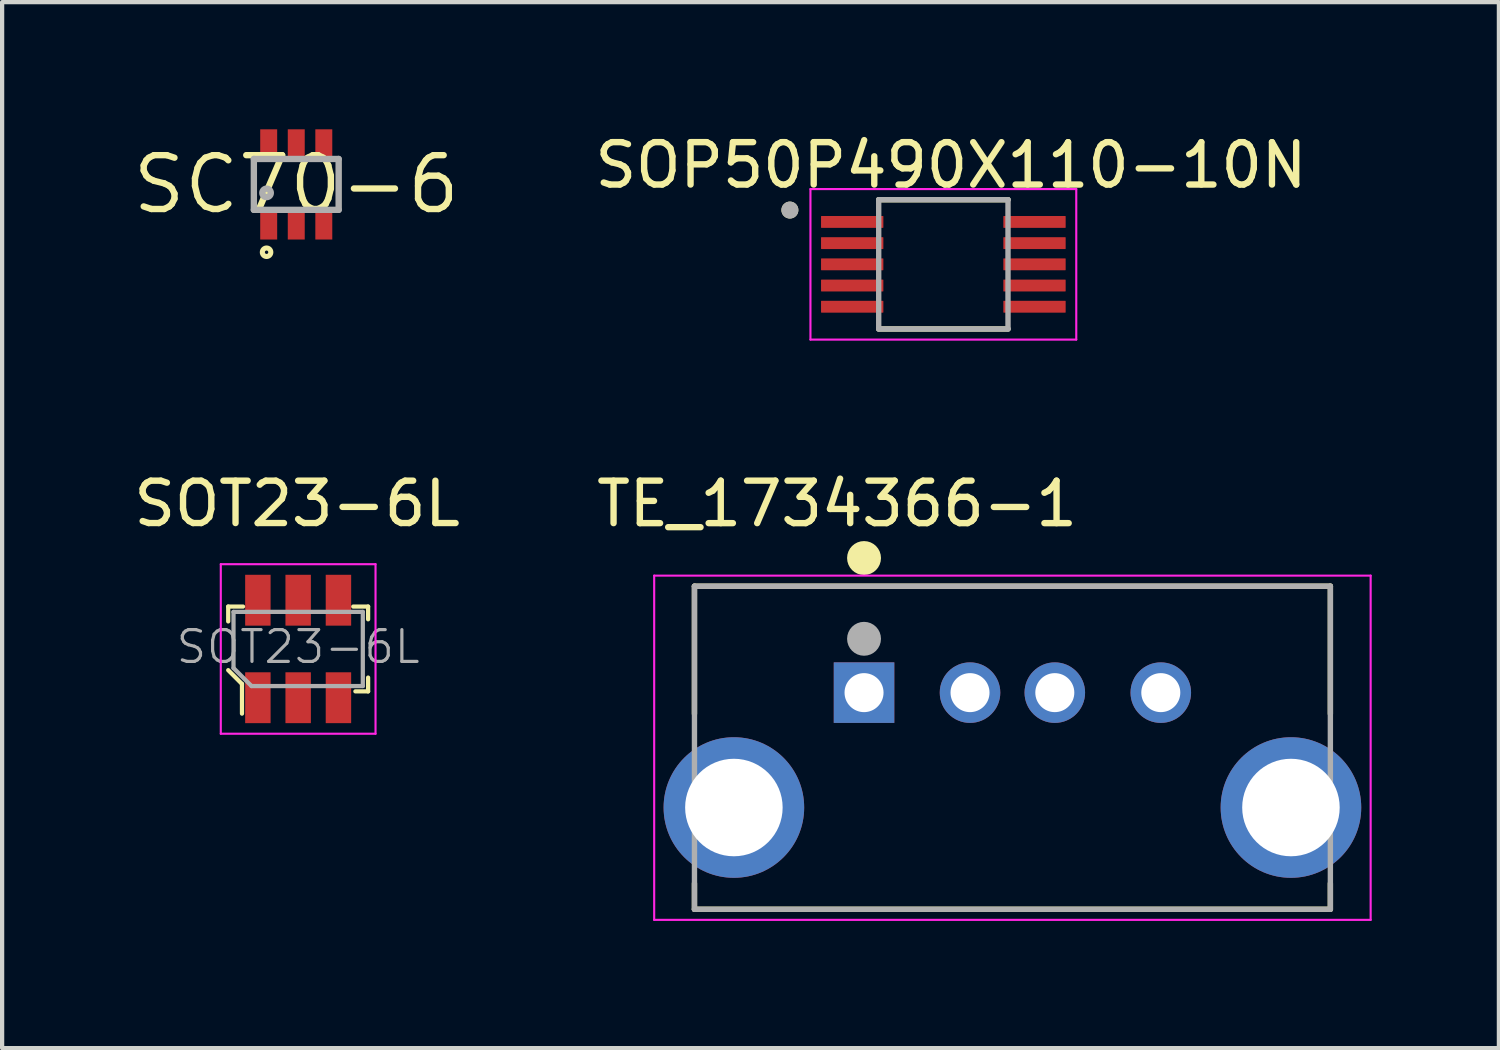
<source format=kicad_pcb>
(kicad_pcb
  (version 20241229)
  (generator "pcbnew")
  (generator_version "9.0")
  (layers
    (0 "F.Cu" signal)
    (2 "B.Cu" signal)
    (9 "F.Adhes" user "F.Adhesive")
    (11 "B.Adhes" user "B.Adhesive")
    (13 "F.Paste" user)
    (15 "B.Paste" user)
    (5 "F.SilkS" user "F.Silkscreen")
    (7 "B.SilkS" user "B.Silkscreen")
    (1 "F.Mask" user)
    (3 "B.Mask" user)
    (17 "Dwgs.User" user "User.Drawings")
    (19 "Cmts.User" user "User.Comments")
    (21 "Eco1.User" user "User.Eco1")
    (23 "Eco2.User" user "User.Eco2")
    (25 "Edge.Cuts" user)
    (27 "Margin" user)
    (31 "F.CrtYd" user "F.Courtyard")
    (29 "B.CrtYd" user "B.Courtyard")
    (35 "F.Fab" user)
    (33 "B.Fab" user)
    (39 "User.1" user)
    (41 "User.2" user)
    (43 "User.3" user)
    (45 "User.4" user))
  (footprint "SOP50P490X110-10N"
    (layer "F.Cu")
    (at 19.202 3.185)
    (property "Reference" "SOP50P490X110-10N" (at 0.18 -2.337 0) (layer "F.SilkS") (effects (font (size 1 1) (thickness 0.15))))
    (attr through_hole)
    (fp_line (start -1.525 -1.525) (end 1.525 -1.525) (stroke (width 0.127) (type solid)) (layer "F.SilkS"))
    (fp_line (start -1.525 1.525) (end 1.525 1.525) (stroke (width 0.127) (type solid)) (layer "F.SilkS"))
    (fp_circle (center -3.62 -1.28) (end -3.52 -1.28) (stroke (width 0.2) (type solid)) (fill no) (layer "F.SilkS"))
    (fp_line (start -3.135 -1.775) (end -3.135 1.775) (stroke (width 0.05) (type solid)) (layer "F.CrtYd"))
    (fp_line (start -3.135 -1.775) (end 3.135 -1.775) (stroke (width 0.05) (type solid)) (layer "F.CrtYd"))
    (fp_line (start -3.135 1.775) (end 3.135 1.775) (stroke (width 0.05) (type solid)) (layer "F.CrtYd"))
    (fp_line (start 3.135 -1.775) (end 3.135 1.775) (stroke (width 0.05) (type solid)) (layer "F.CrtYd"))
    (fp_line (start -1.525 -1.525) (end -1.525 1.525) (stroke (width 0.127) (type solid)) (layer "F.Fab"))
    (fp_line (start -1.525 -1.525) (end 1.525 -1.525) (stroke (width 0.127) (type solid)) (layer "F.Fab"))
    (fp_line (start -1.525 1.525) (end 1.525 1.525) (stroke (width 0.127) (type solid)) (layer "F.Fab"))
    (fp_line (start 1.525 -1.525) (end 1.525 1.525) (stroke (width 0.127) (type solid)) (layer "F.Fab"))
    (fp_circle (center -3.62 -1.28) (end -3.52 -1.28) (stroke (width 0.2) (type solid)) (fill no) (layer "F.Fab"))
    (pad "1" smd roundrect (at -2.15 -1) (size 1.47 0.28) (layers "F.Cu" "F.Mask" "F.Paste") (roundrect_rratio 0.04))
    (pad "2" smd roundrect (at -2.15 -0.5) (size 1.47 0.28) (layers "F.Cu" "F.Mask" "F.Paste") (roundrect_rratio 0.04))
    (pad "3" smd roundrect (at -2.15 0) (size 1.47 0.28) (layers "F.Cu" "F.Mask" "F.Paste") (roundrect_rratio 0.04))
    (pad "4" smd roundrect (at -2.15 0.5) (size 1.47 0.28) (layers "F.Cu" "F.Mask" "F.Paste") (roundrect_rratio 0.04))
    (pad "5" smd roundrect (at -2.15 1) (size 1.47 0.28) (layers "F.Cu" "F.Mask" "F.Paste") (roundrect_rratio 0.04))
    (pad "6" smd roundrect (at 2.15 1) (size 1.47 0.28) (layers "F.Cu" "F.Mask" "F.Paste") (roundrect_rratio 0.04))
    (pad "7" smd roundrect (at 2.15 0.5) (size 1.47 0.28) (layers "F.Cu" "F.Mask" "F.Paste") (roundrect_rratio 0.04))
    (pad "8" smd roundrect (at 2.15 0) (size 1.47 0.28) (layers "F.Cu" "F.Mask" "F.Paste") (roundrect_rratio 0.04))
    (pad "9" smd roundrect (at 2.15 -0.5) (size 1.47 0.28) (layers "F.Cu" "F.Mask" "F.Paste") (roundrect_rratio 0.04))
    (pad "10" smd roundrect (at 2.15 -1) (size 1.47 0.28) (layers "F.Cu" "F.Mask" "F.Paste") (roundrect_rratio 0.04)))
  (footprint "SC70-6"
    (layer "F.Cu")
    (at 3.938 1.3)
    (property "Reference" "SC70-6" (at 0 0 0) (layer "F.SilkS") (effects (font (size 1.27 1.27) (thickness 0.15))))
    (attr through_hole)
    (fp_line (start -1 -0.6) (end -1 0.6) (stroke (width 0.12) (type solid)) (layer "F.SilkS"))
    (fp_line (start 1 0.6) (end 1 -0.6) (stroke (width 0.12) (type solid)) (layer "F.SilkS"))
    (fp_circle (center -0.7 1.6) (end -0.7 1.5) (stroke (width 0.12) (type solid)) (fill no) (layer "F.SilkS"))
    (fp_line (start -1 -0.6) (end 1 -0.6) (stroke (width 0.15) (type solid)) (layer "F.Fab"))
    (fp_line (start -1 0.6) (end -1 -0.6) (stroke (width 0.15) (type solid)) (layer "F.Fab"))
    (fp_line (start 1 -0.6) (end 1 0.6) (stroke (width 0.15) (type solid)) (layer "F.Fab"))
    (fp_line (start 1 0.6) (end -1 0.6) (stroke (width 0.15) (type solid)) (layer "F.Fab"))
    (fp_circle (center -0.7 0.2) (end -0.7 0.3) (stroke (width 0.15) (type solid)) (fill no) (layer "F.Fab"))
    (pad "1" smd rect (at -0.65 0.95) (size 0.4 0.7) (layers "F.Cu" "F.Mask" "F.Paste"))
    (pad "2" smd rect (at 0 0.95) (size 0.4 0.7) (layers "F.Cu" "F.Mask" "F.Paste"))
    (pad "3" smd rect (at 0.65 0.95) (size 0.4 0.7) (layers "F.Cu" "F.Mask" "F.Paste"))
    (pad "4" smd rect (at 0.65 -0.95) (size 0.4 0.7) (layers "F.Cu" "F.Mask" "F.Paste"))
    (pad "5" smd rect (at 0 -0.95) (size 0.4 0.7) (layers "F.Cu" "F.Mask" "F.Paste"))
    (pad "6" smd rect (at -0.65 -0.95) (size 0.4 0.7) (layers "F.Cu" "F.Mask" "F.Paste")))
  (footprint "SOT23-6L"
    (layer "F.Cu")
    (at 3.983 12.258)
    (property "Reference" "SOT23-6L" (at -0.025 -3.425 0) (layer "F.SilkS") (effects (font (size 1 1) (thickness 0.15))))
    (attr smd)
    (fp_line (start -1.65 -1) (end -1.65 -0.65) (stroke (width 0.1) (type solid)) (layer "F.SilkS"))
    (fp_line (start -1.65 0.5) (end -1.325 0.825) (stroke (width 0.1) (type solid)) (layer "F.SilkS"))
    (fp_line (start -1.325 0.825) (end -1.325 1.525) (stroke (width 0.1) (type solid)) (layer "F.SilkS"))
    (fp_line (start -1.3 -1) (end -1.65 -1) (stroke (width 0.1) (type solid)) (layer "F.SilkS"))
    (fp_line (start 1.3 -1) (end 1.65 -1) (stroke (width 0.1) (type solid)) (layer "F.SilkS"))
    (fp_line (start 1.65 -1) (end 1.65 -0.7) (stroke (width 0.1) (type solid)) (layer "F.SilkS"))
    (fp_line (start 1.65 0.675) (end 1.65 1) (stroke (width 0.1) (type solid)) (layer "F.SilkS"))
    (fp_line (start 1.65 1) (end 1.35 1) (stroke (width 0.1) (type solid)) (layer "F.SilkS"))
    (fp_line (start -1.825 -2) (end -1.825 2) (stroke (width 0.05) (type solid)) (layer "F.CrtYd"))
    (fp_line (start -1.825 2) (end 1.825 2) (stroke (width 0.05) (type solid)) (layer "F.CrtYd"))
    (fp_line (start 1.825 -2) (end -1.825 -2) (stroke (width 0.05) (type solid)) (layer "F.CrtYd"))
    (fp_line (start 1.825 -2) (end 1.825 2) (stroke (width 0.05) (type solid)) (layer "F.CrtYd"))
    (fp_line (start -1.525 -0.875) (end 1.525 -0.875) (stroke (width 0.1) (type solid)) (layer "F.Fab"))
    (fp_line (start -1.525 0.45) (end -1.525 -0.875) (stroke (width 0.1) (type solid)) (layer "F.Fab"))
    (fp_line (start -1.525 0.45) (end -1.1 0.875) (stroke (width 0.1) (type solid)) (layer "F.Fab"))
    (fp_line (start -1.1 0.875) (end 1.525 0.875) (stroke (width 0.1) (type solid)) (layer "F.Fab"))
    (fp_line (start 1.525 -0.875) (end 1.525 0.875) (stroke (width 0.1) (type solid)) (layer "F.Fab"))
    (fp_text user "${REFERENCE}" (at 0 -0.05 0) (layer "F.Fab") (effects (font (size 0.75 0.75) (thickness 0.075))))
    (pad "1" smd rect (at -0.95 1.15) (size 0.6 1.2) (layers "F.Cu" "F.Mask" "F.Paste"))
    (pad "2" smd rect (at 0 1.15) (size 0.6 1.2) (layers "F.Cu" "F.Mask" "F.Paste"))
    (pad "3" smd rect (at 0.95 1.15) (size 0.6 1.2) (layers "F.Cu" "F.Mask" "F.Paste"))
    (pad "4" smd rect (at 0.95 -1.15) (size 0.6 1.2) (layers "F.Cu" "F.Mask" "F.Paste"))
    (pad "5" smd rect (at 0 -1.15) (size 0.6 1.2) (layers "F.Cu" "F.Mask" "F.Paste"))
    (pad "6" smd rect (at -0.95 -1.15) (size 0.6 1.2) (layers "F.Cu" "F.Mask" "F.Paste")))
  (footprint "TE_1734366-1"
    (layer "F.Cu")
    (at 17.331 13.288)
    (property "Reference" "TE_1734366-1" (at -0.636 -4.454 0) (layer "F.SilkS") (effects (font (size 1.002 1.002) (thickness 0.15))))
    (attr through_hole)
    (fp_line (start -4 -2.51) (end -4 0.5) (stroke (width 0.127) (type solid)) (layer "F.SilkS"))
    (fp_line (start -4 -2.51) (end 11 -2.51) (stroke (width 0.127) (type solid)) (layer "F.SilkS"))
    (fp_line (start -4 4.5) (end -4 5.11) (stroke (width 0.127) (type solid)) (layer "F.SilkS"))
    (fp_line (start -4 5.11) (end 11 5.11) (stroke (width 0.127) (type solid)) (layer "F.SilkS"))
    (fp_line (start 11 -2.51) (end 11 0.5) (stroke (width 0.127) (type solid)) (layer "F.SilkS"))
    (fp_line (start 11 5.11) (end 11 4.5) (stroke (width 0.127) (type solid)) (layer "F.SilkS"))
    (fp_circle (center 0 -3.175) (end 0.2 -3.175) (stroke (width 0.4) (type solid)) (fill no) (layer "F.SilkS"))
    (fp_line (start -4.95 -2.76) (end 11.95 -2.76) (stroke (width 0.05) (type solid)) (layer "F.CrtYd"))
    (fp_line (start -4.95 5.36) (end -4.95 -2.76) (stroke (width 0.05) (type solid)) (layer "F.CrtYd"))
    (fp_line (start 11.95 -2.76) (end 11.95 5.36) (stroke (width 0.05) (type solid)) (layer "F.CrtYd"))
    (fp_line (start 11.95 5.36) (end -4.95 5.36) (stroke (width 0.05) (type solid)) (layer "F.CrtYd"))
    (fp_line (start -4 -2.51) (end 11 -2.51) (stroke (width 0.127) (type solid)) (layer "F.Fab"))
    (fp_line (start -4 5.11) (end -4 -2.51) (stroke (width 0.127) (type solid)) (layer "F.Fab"))
    (fp_line (start 11 -2.51) (end 11 5.11) (stroke (width 0.127) (type solid)) (layer "F.Fab"))
    (fp_line (start 11 5.11) (end -4 5.11) (stroke (width 0.127) (type solid)) (layer "F.Fab"))
    (fp_circle (center 0 -1.27) (end 0.2 -1.27) (stroke (width 0.4) (type solid)) (fill no) (layer "F.Fab"))
    (pad "1" thru_hole rect (at 0 0) (size 1.428 1.428) (drill 0.92) (layers "*.Cu" "*.Mask"))
    (pad "2" thru_hole circle (at 2.5 0) (size 1.428 1.428) (drill 0.92) (layers "*.Cu" "*.Mask"))
    (pad "3" thru_hole circle (at 4.5 0) (size 1.428 1.428) (drill 0.92) (layers "*.Cu" "*.Mask"))
    (pad "4" thru_hole circle (at 7 0) (size 1.428 1.428) (drill 0.92) (layers "*.Cu" "*.Mask"))
    (pad "5" thru_hole circle (at -3.07 2.71) (size 3.316 3.316) (drill 2.3) (layers "*.Cu" "*.Mask"))
    (pad "5" thru_hole circle (at 10.07 2.71) (size 3.316 3.316) (drill 2.3) (layers "*.Cu" "*.Mask")))
  (gr_rect
    (start -3 -3)
    (end 32.306 21.673)
    (stroke (width 0.1) (type default))
    (fill no)
    (layer "Edge.Cuts")))
</source>
